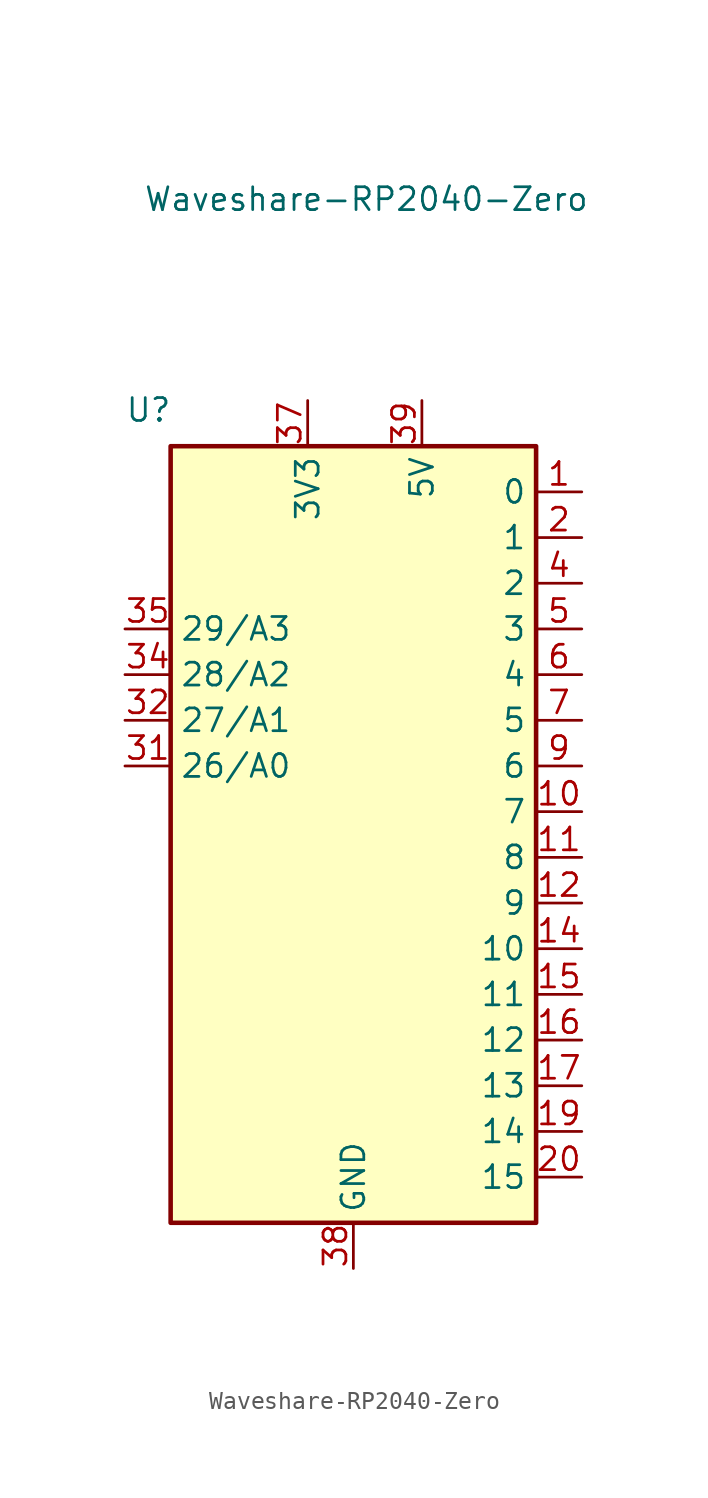
<source format=kicad_sym>
(kicad_symbol_lib
  (version 20231120)
  (generator "kicad_symbol_editor")
  (generator_version "8.0")
  (symbol "Waveshare-RP2040-Zero"
    (property "Reference" "U"
      (at -12.7 13.97 0)
      (effects (font (size 1.27 1.27)) (justify left bottom)))
    (property "Value" "Waveshare-RP2040-Zero"
      (at -11.684 27.178 0)
      (effects (font (size 1.27 1.27)) (justify left top)))
    (symbol "Waveshare-RP2040-Zero_0_1"
      (rectangle (start -10.16 12.7) (end 10.16 -30.48) (stroke (width 0.254) (type default)) (fill (type background))))
    (symbol "Waveshare-RP2040-Zero_1_1"
      (pin bidirectional line (at 12.7 10.16 180) (length 2.54) (name "0" (effects (font (size 1.27 1.27)))) (number "1" (effects (font (size 1.27 1.27)))))
      (pin bidirectional line (at 12.7 -7.62 180) (length 2.54) (name "7" (effects (font (size 1.27 1.27)))) (number "10" (effects (font (size 1.27 1.27)))))
      (pin bidirectional line (at 12.7 -10.16 180) (length 2.54) (name "8" (effects (font (size 1.27 1.27)))) (number "11" (effects (font (size 1.27 1.27)))))
      (pin bidirectional line (at 12.7 -12.7 180) (length 2.54) (name "9" (effects (font (size 1.27 1.27)))) (number "12" (effects (font (size 1.27 1.27)))))
      (pin bidirectional line (at 12.7 -15.24 180) (length 2.54) (name "10" (effects (font (size 1.27 1.27)))) (number "14" (effects (font (size 1.27 1.27)))))
      (pin bidirectional line (at 12.7 -17.78 180) (length 2.54) (name "11" (effects (font (size 1.27 1.27)))) (number "15" (effects (font (size 1.27 1.27)))))
      (pin bidirectional line (at 12.7 -20.32 180) (length 2.54) (name "12" (effects (font (size 1.27 1.27)))) (number "16" (effects (font (size 1.27 1.27)))))
      (pin bidirectional line (at 12.7 -22.86 180) (length 2.54) (name "13" (effects (font (size 1.27 1.27)))) (number "17" (effects (font (size 1.27 1.27)))))
      (pin bidirectional line (at 12.7 -25.4 180) (length 2.54) (name "14" (effects (font (size 1.27 1.27)))) (number "19" (effects (font (size 1.27 1.27)))))
      (pin bidirectional line (at 12.7 7.62 180) (length 2.54) (name "1" (effects (font (size 1.27 1.27)))) (number "2" (effects (font (size 1.27 1.27)))))
      (pin bidirectional line (at 12.7 -27.94 180) (length 2.54) (name "15" (effects (font (size 1.27 1.27)))) (number "20" (effects (font (size 1.27 1.27)))))
      (pin bidirectional line (at -12.7 -5.08 0) (length 2.54) (name "26/A0" (effects (font (size 1.27 1.27)))) (number "31" (effects (font (size 1.27 1.27)))))
      (pin bidirectional line (at -12.7 -2.54 0) (length 2.54) (name "27/A1" (effects (font (size 1.27 1.27)))) (number "32" (effects (font (size 1.27 1.27)))))
      (pin bidirectional line (at -12.7 0 0) (length 2.54) (name "28/A2" (effects (font (size 1.27 1.27)))) (number "34" (effects (font (size 1.27 1.27)))))
      (pin bidirectional line (at -12.7 2.54 0) (length 2.54) (name "29/A3" (effects (font (size 1.27 1.27)))) (number "35" (effects (font (size 1.27 1.27)))))
      (pin power_in line (at -2.54 15.24 270) (length 2.54) (name "3V3" (effects (font (size 1.27 1.27)))) (number "37" (effects (font (size 1.27 1.27)))))
      (pin power_in line (at 0 -33.02 90) (length 2.54) (name "GND" (effects (font (size 1.27 1.27)))) (number "38" (effects (font (size 1.27 1.27)))))
      (pin power_in line (at 3.81 15.24 270) (length 2.54) (name "5V" (effects (font (size 1.27 1.27)))) (number "39" (effects (font (size 1.27 1.27)))))
      (pin bidirectional line (at 12.7 5.08 180) (length 2.54) (name "2" (effects (font (size 1.27 1.27)))) (number "4" (effects (font (size 1.27 1.27)))))
      (pin bidirectional line (at 12.7 2.54 180) (length 2.54) (name "3" (effects (font (size 1.27 1.27)))) (number "5" (effects (font (size 1.27 1.27)))))
      (pin bidirectional line (at 12.7 0 180) (length 2.54) (name "4" (effects (font (size 1.27 1.27)))) (number "6" (effects (font (size 1.27 1.27)))))
      (pin bidirectional line (at 12.7 -2.54 180) (length 2.54) (name "5" (effects (font (size 1.27 1.27)))) (number "7" (effects (font (size 1.27 1.27)))))
      (pin bidirectional line (at 12.7 -5.08 180) (length 2.54) (name "6" (effects (font (size 1.27 1.27)))) (number "9" (effects (font (size 1.27 1.27))))))))
</source>
